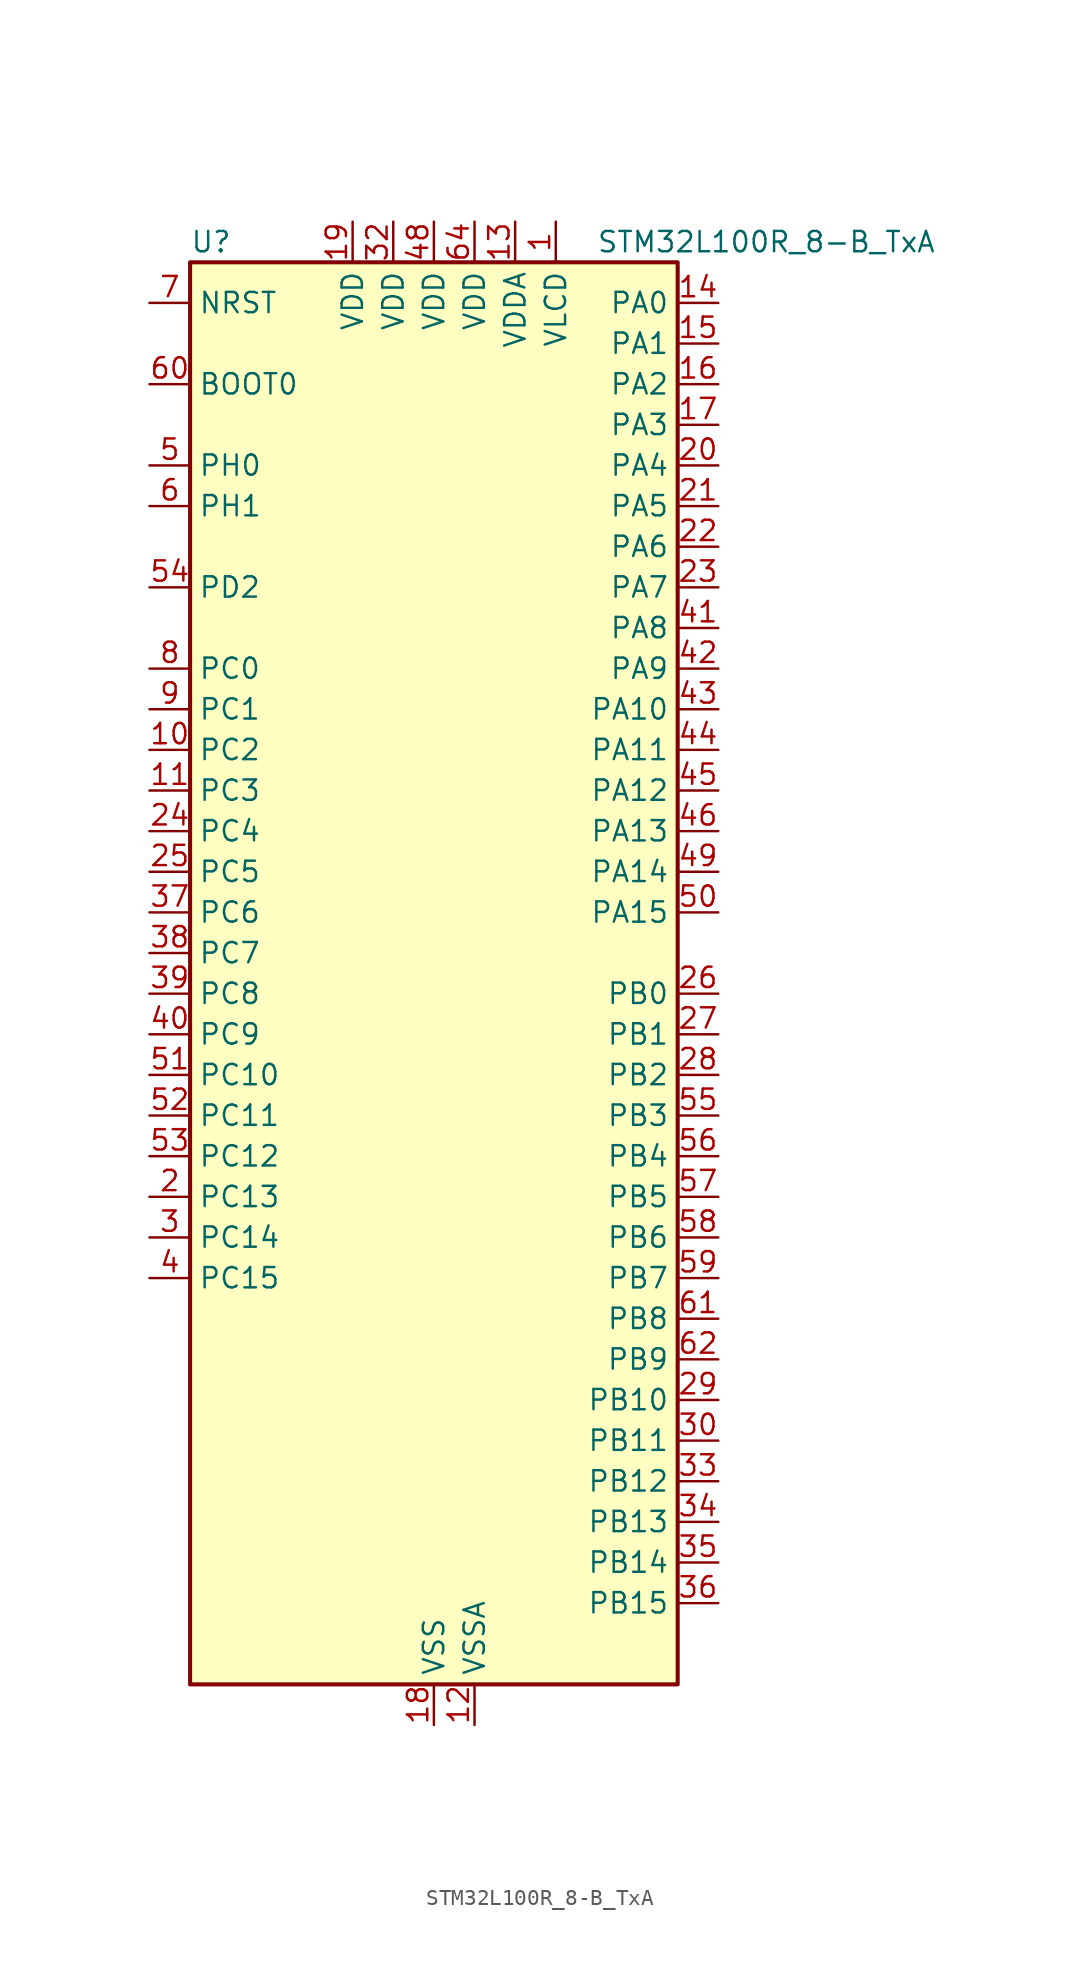
<source format=kicad_sym>
(kicad_symbol_lib
  (version 20231120)
  (generator "kicad_symbol_editor")
  (generator_version "8.0")
  (symbol "STM32L100R_8-B_TxA"
    (property "Reference" "U"
      (at -15.24 46.99 0)
      (effects (font (size 1.27 1.27)) (justify left)))
    (property "Value" "STM32L100R_8-B_TxA"
      (at 10.16 46.99 0)
      (effects (font (size 1.27 1.27)) (justify left)))
    (property "ki_locked" ""
      (at 0 0 0)
      (effects (font (size 1.27 1.27))))
    (symbol "STM32L100R_8-B_TxA_0_1"
      (rectangle (start -15.24 -43.18) (end 15.24 45.72) (stroke (width 0.254) (type default)) (fill (type background))))
    (symbol "STM32L100R_8-B_TxA_1_1"
      (pin power_in line (at 7.62 48.26 270) (length 2.54) (name "VLCD" (effects (font (size 1.27 1.27)))) (number "1" (effects (font (size 1.27 1.27)))))
      (pin bidirectional line (at -17.78 15.24 0) (length 2.54) (name "PC2" (effects (font (size 1.27 1.27)))) (number "10" (effects (font (size 1.27 1.27)))) (alternate "ADC_IN12" bidirectional line) (alternate "COMP1_INP" bidirectional line) (alternate "LCD_SEG20" bidirectional line) (alternate "TIMX_IC3" bidirectional line))
      (pin bidirectional line (at -17.78 12.7 0) (length 2.54) (name "PC3" (effects (font (size 1.27 1.27)))) (number "11" (effects (font (size 1.27 1.27)))) (alternate "ADC_IN13" bidirectional line) (alternate "COMP1_INP" bidirectional line) (alternate "LCD_SEG21" bidirectional line) (alternate "TIMX_IC4" bidirectional line))
      (pin power_in line (at 2.54 -45.72 90) (length 2.54) (name "VSSA" (effects (font (size 1.27 1.27)))) (number "12" (effects (font (size 1.27 1.27)))))
      (pin power_in line (at 5.08 48.26 270) (length 2.54) (name "VDDA" (effects (font (size 1.27 1.27)))) (number "13" (effects (font (size 1.27 1.27)))))
      (pin bidirectional line (at 17.78 43.18 180) (length 2.54) (name "PA0" (effects (font (size 1.27 1.27)))) (number "14" (effects (font (size 1.27 1.27)))) (alternate "ADC_IN0" bidirectional line) (alternate "COMP1_INP" bidirectional line) (alternate "RTC_TAMP2" bidirectional line) (alternate "SYS_WKUP1" bidirectional line) (alternate "TIM2_CH1" bidirectional line) (alternate "TIM2_ETR" bidirectional line) (alternate "TIMX_IC1" bidirectional line) (alternate "USART2_CTS" bidirectional line))
      (pin bidirectional line (at 17.78 40.64 180) (length 2.54) (name "PA1" (effects (font (size 1.27 1.27)))) (number "15" (effects (font (size 1.27 1.27)))) (alternate "ADC_IN1" bidirectional line) (alternate "COMP1_INP" bidirectional line) (alternate "LCD_SEG0" bidirectional line) (alternate "TIM2_CH2" bidirectional line) (alternate "TIMX_IC2" bidirectional line) (alternate "USART2_RTS" bidirectional line))
      (pin bidirectional line (at 17.78 38.1 180) (length 2.54) (name "PA2" (effects (font (size 1.27 1.27)))) (number "16" (effects (font (size 1.27 1.27)))) (alternate "ADC_IN2" bidirectional line) (alternate "COMP1_INP" bidirectional line) (alternate "LCD_SEG1" bidirectional line) (alternate "TIM2_CH3" bidirectional line) (alternate "TIM9_CH1" bidirectional line) (alternate "TIMX_IC3" bidirectional line) (alternate "USART2_TX" bidirectional line))
      (pin bidirectional line (at 17.78 35.56 180) (length 2.54) (name "PA3" (effects (font (size 1.27 1.27)))) (number "17" (effects (font (size 1.27 1.27)))) (alternate "ADC_IN3" bidirectional line) (alternate "COMP1_INP" bidirectional line) (alternate "LCD_SEG2" bidirectional line) (alternate "TIM2_CH4" bidirectional line) (alternate "TIM9_CH2" bidirectional line) (alternate "TIMX_IC4" bidirectional line) (alternate "USART2_RX" bidirectional line))
      (pin power_in line (at 0 -45.72 90) (length 2.54) (name "VSS" (effects (font (size 1.27 1.27)))) (number "18" (effects (font (size 1.27 1.27)))))
      (pin power_in line (at -5.08 48.26 270) (length 2.54) (name "VDD" (effects (font (size 1.27 1.27)))) (number "19" (effects (font (size 1.27 1.27)))))
      (pin bidirectional line (at -17.78 -12.7 0) (length 2.54) (name "PC13" (effects (font (size 1.27 1.27)))) (number "2" (effects (font (size 1.27 1.27)))) (alternate "RTC_OUT_ALARM" bidirectional line) (alternate "RTC_OUT_CALIB" bidirectional line) (alternate "RTC_TAMP1" bidirectional line) (alternate "RTC_TS" bidirectional line) (alternate "SYS_WKUP2" bidirectional line) (alternate "TIMX_IC2" bidirectional line))
      (pin bidirectional line (at 17.78 33.02 180) (length 2.54) (name "PA4" (effects (font (size 1.27 1.27)))) (number "20" (effects (font (size 1.27 1.27)))) (alternate "ADC_IN4" bidirectional line) (alternate "COMP1_INP" bidirectional line) (alternate "DAC_OUT1" bidirectional line) (alternate "SPI1_NSS" bidirectional line) (alternate "TIMX_IC1" bidirectional line) (alternate "USART2_CK" bidirectional line))
      (pin bidirectional line (at 17.78 30.48 180) (length 2.54) (name "PA5" (effects (font (size 1.27 1.27)))) (number "21" (effects (font (size 1.27 1.27)))) (alternate "ADC_IN5" bidirectional line) (alternate "COMP1_INP" bidirectional line) (alternate "DAC_OUT2" bidirectional line) (alternate "SPI1_SCK" bidirectional line) (alternate "TIM2_CH1" bidirectional line) (alternate "TIM2_ETR" bidirectional line) (alternate "TIMX_IC2" bidirectional line))
      (pin bidirectional line (at 17.78 27.94 180) (length 2.54) (name "PA6" (effects (font (size 1.27 1.27)))) (number "22" (effects (font (size 1.27 1.27)))) (alternate "ADC_IN6" bidirectional line) (alternate "COMP1_INP" bidirectional line) (alternate "LCD_SEG3" bidirectional line) (alternate "SPI1_MISO" bidirectional line) (alternate "TIM10_CH1" bidirectional line) (alternate "TIM3_CH1" bidirectional line) (alternate "TIMX_IC3" bidirectional line))
      (pin bidirectional line (at 17.78 25.4 180) (length 2.54) (name "PA7" (effects (font (size 1.27 1.27)))) (number "23" (effects (font (size 1.27 1.27)))) (alternate "ADC_IN7" bidirectional line) (alternate "COMP1_INP" bidirectional line) (alternate "LCD_SEG4" bidirectional line) (alternate "SPI1_MOSI" bidirectional line) (alternate "TIM11_CH1" bidirectional line) (alternate "TIM3_CH2" bidirectional line) (alternate "TIMX_IC4" bidirectional line))
      (pin bidirectional line (at -17.78 10.16 0) (length 2.54) (name "PC4" (effects (font (size 1.27 1.27)))) (number "24" (effects (font (size 1.27 1.27)))) (alternate "ADC_IN14" bidirectional line) (alternate "COMP1_INP" bidirectional line) (alternate "LCD_SEG22" bidirectional line) (alternate "TIMX_IC1" bidirectional line))
      (pin bidirectional line (at -17.78 7.62 0) (length 2.54) (name "PC5" (effects (font (size 1.27 1.27)))) (number "25" (effects (font (size 1.27 1.27)))) (alternate "ADC_IN15" bidirectional line) (alternate "COMP1_INP" bidirectional line) (alternate "LCD_SEG23" bidirectional line) (alternate "TIMX_IC2" bidirectional line))
      (pin bidirectional line (at 17.78 0 180) (length 2.54) (name "PB0" (effects (font (size 1.27 1.27)))) (number "26" (effects (font (size 1.27 1.27)))) (alternate "ADC_IN8" bidirectional line) (alternate "COMP1_INP" bidirectional line) (alternate "LCD_SEG5" bidirectional line) (alternate "SYS_V_REF_OUT" bidirectional line) (alternate "TIM3_CH3" bidirectional line))
      (pin bidirectional line (at 17.78 -2.54 180) (length 2.54) (name "PB1" (effects (font (size 1.27 1.27)))) (number "27" (effects (font (size 1.27 1.27)))) (alternate "ADC_IN9" bidirectional line) (alternate "COMP1_INP" bidirectional line) (alternate "LCD_SEG6" bidirectional line) (alternate "SYS_V_REF_OUT" bidirectional line) (alternate "TIM3_CH4" bidirectional line))
      (pin bidirectional line (at 17.78 -5.08 180) (length 2.54) (name "PB2" (effects (font (size 1.27 1.27)))) (number "28" (effects (font (size 1.27 1.27)))))
      (pin bidirectional line (at 17.78 -25.4 180) (length 2.54) (name "PB10" (effects (font (size 1.27 1.27)))) (number "29" (effects (font (size 1.27 1.27)))) (alternate "I2C2_SCL" bidirectional line) (alternate "LCD_SEG10" bidirectional line) (alternate "TIM2_CH3" bidirectional line) (alternate "USART3_TX" bidirectional line))
      (pin bidirectional line (at -17.78 -15.24 0) (length 2.54) (name "PC14" (effects (font (size 1.27 1.27)))) (number "3" (effects (font (size 1.27 1.27)))) (alternate "RCC_OSC32_IN" bidirectional line) (alternate "TIMX_IC3" bidirectional line))
      (pin bidirectional line (at 17.78 -27.94 180) (length 2.54) (name "PB11" (effects (font (size 1.27 1.27)))) (number "30" (effects (font (size 1.27 1.27)))) (alternate "ADC_EXTI11" bidirectional line) (alternate "I2C2_SDA" bidirectional line) (alternate "LCD_SEG11" bidirectional line) (alternate "TIM2_CH4" bidirectional line) (alternate "USART3_RX" bidirectional line))
      (pin passive line (at 0 -45.72 90) (length 2.54) hide (name "VSS" (effects (font (size 1.27 1.27)))) (number "31" (effects (font (size 1.27 1.27)))))
      (pin power_in line (at -2.54 48.26 270) (length 2.54) (name "VDD" (effects (font (size 1.27 1.27)))) (number "32" (effects (font (size 1.27 1.27)))))
      (pin bidirectional line (at 17.78 -30.48 180) (length 2.54) (name "PB12" (effects (font (size 1.27 1.27)))) (number "33" (effects (font (size 1.27 1.27)))) (alternate "ADC_IN18" bidirectional line) (alternate "COMP1_INP" bidirectional line) (alternate "I2C2_SMBA" bidirectional line) (alternate "LCD_SEG12" bidirectional line) (alternate "SPI2_NSS" bidirectional line) (alternate "TIM10_CH1" bidirectional line) (alternate "USART3_CK" bidirectional line))
      (pin bidirectional line (at 17.78 -33.02 180) (length 2.54) (name "PB13" (effects (font (size 1.27 1.27)))) (number "34" (effects (font (size 1.27 1.27)))) (alternate "ADC_IN19" bidirectional line) (alternate "COMP1_INP" bidirectional line) (alternate "LCD_SEG13" bidirectional line) (alternate "SPI2_SCK" bidirectional line) (alternate "TIM9_CH1" bidirectional line) (alternate "USART3_CTS" bidirectional line))
      (pin bidirectional line (at 17.78 -35.56 180) (length 2.54) (name "PB14" (effects (font (size 1.27 1.27)))) (number "35" (effects (font (size 1.27 1.27)))) (alternate "ADC_IN20" bidirectional line) (alternate "COMP1_INP" bidirectional line) (alternate "LCD_SEG14" bidirectional line) (alternate "SPI2_MISO" bidirectional line) (alternate "TIM9_CH2" bidirectional line) (alternate "USART3_RTS" bidirectional line))
      (pin bidirectional line (at 17.78 -38.1 180) (length 2.54) (name "PB15" (effects (font (size 1.27 1.27)))) (number "36" (effects (font (size 1.27 1.27)))) (alternate "ADC_EXTI15" bidirectional line) (alternate "ADC_IN21" bidirectional line) (alternate "COMP1_INP" bidirectional line) (alternate "LCD_SEG15" bidirectional line) (alternate "RTC_REFIN" bidirectional line) (alternate "SPI2_MOSI" bidirectional line) (alternate "TIM11_CH1" bidirectional line))
      (pin bidirectional line (at -17.78 5.08 0) (length 2.54) (name "PC6" (effects (font (size 1.27 1.27)))) (number "37" (effects (font (size 1.27 1.27)))) (alternate "LCD_SEG24" bidirectional line) (alternate "TIM3_CH1" bidirectional line) (alternate "TIMX_IC3" bidirectional line))
      (pin bidirectional line (at -17.78 2.54 0) (length 2.54) (name "PC7" (effects (font (size 1.27 1.27)))) (number "38" (effects (font (size 1.27 1.27)))) (alternate "LCD_SEG25" bidirectional line) (alternate "TIM3_CH2" bidirectional line) (alternate "TIMX_IC4" bidirectional line))
      (pin bidirectional line (at -17.78 0 0) (length 2.54) (name "PC8" (effects (font (size 1.27 1.27)))) (number "39" (effects (font (size 1.27 1.27)))) (alternate "LCD_SEG26" bidirectional line) (alternate "TIM3_CH3" bidirectional line) (alternate "TIMX_IC1" bidirectional line))
      (pin bidirectional line (at -17.78 -17.78 0) (length 2.54) (name "PC15" (effects (font (size 1.27 1.27)))) (number "4" (effects (font (size 1.27 1.27)))) (alternate "ADC_EXTI15" bidirectional line) (alternate "RCC_OSC32_OUT" bidirectional line) (alternate "TIMX_IC4" bidirectional line))
      (pin bidirectional line (at -17.78 -2.54 0) (length 2.54) (name "PC9" (effects (font (size 1.27 1.27)))) (number "40" (effects (font (size 1.27 1.27)))) (alternate "DAC_EXTI9" bidirectional line) (alternate "LCD_SEG27" bidirectional line) (alternate "TIM3_CH4" bidirectional line) (alternate "TIMX_IC2" bidirectional line))
      (pin bidirectional line (at 17.78 22.86 180) (length 2.54) (name "PA8" (effects (font (size 1.27 1.27)))) (number "41" (effects (font (size 1.27 1.27)))) (alternate "LCD_COM0" bidirectional line) (alternate "RCC_MCO" bidirectional line) (alternate "TIMX_IC1" bidirectional line) (alternate "USART1_CK" bidirectional line))
      (pin bidirectional line (at 17.78 20.32 180) (length 2.54) (name "PA9" (effects (font (size 1.27 1.27)))) (number "42" (effects (font (size 1.27 1.27)))) (alternate "DAC_EXTI9" bidirectional line) (alternate "LCD_COM1" bidirectional line) (alternate "TIMX_IC2" bidirectional line) (alternate "USART1_TX" bidirectional line))
      (pin bidirectional line (at 17.78 17.78 180) (length 2.54) (name "PA10" (effects (font (size 1.27 1.27)))) (number "43" (effects (font (size 1.27 1.27)))) (alternate "LCD_COM2" bidirectional line) (alternate "TIMX_IC3" bidirectional line) (alternate "USART1_RX" bidirectional line))
      (pin bidirectional line (at 17.78 15.24 180) (length 2.54) (name "PA11" (effects (font (size 1.27 1.27)))) (number "44" (effects (font (size 1.27 1.27)))) (alternate "ADC_EXTI11" bidirectional line) (alternate "SPI1_MISO" bidirectional line) (alternate "TIMX_IC4" bidirectional line) (alternate "USART1_CTS" bidirectional line) (alternate "USB_DM" bidirectional line))
      (pin bidirectional line (at 17.78 12.7 180) (length 2.54) (name "PA12" (effects (font (size 1.27 1.27)))) (number "45" (effects (font (size 1.27 1.27)))) (alternate "SPI1_MOSI" bidirectional line) (alternate "TIMX_IC1" bidirectional line) (alternate "USART1_RTS" bidirectional line) (alternate "USB_DP" bidirectional line))
      (pin bidirectional line (at 17.78 10.16 180) (length 2.54) (name "PA13" (effects (font (size 1.27 1.27)))) (number "46" (effects (font (size 1.27 1.27)))) (alternate "SYS_JTMS-SWDIO" bidirectional line) (alternate "TIMX_IC2" bidirectional line))
      (pin passive line (at 0 -45.72 90) (length 2.54) hide (name "VSS" (effects (font (size 1.27 1.27)))) (number "47" (effects (font (size 1.27 1.27)))))
      (pin power_in line (at 0 48.26 270) (length 2.54) (name "VDD" (effects (font (size 1.27 1.27)))) (number "48" (effects (font (size 1.27 1.27)))))
      (pin bidirectional line (at 17.78 7.62 180) (length 2.54) (name "PA14" (effects (font (size 1.27 1.27)))) (number "49" (effects (font (size 1.27 1.27)))) (alternate "SYS_JTCK-SWCLK" bidirectional line) (alternate "TIMX_IC3" bidirectional line))
      (pin bidirectional line (at -17.78 33.02 0) (length 2.54) (name "PH0" (effects (font (size 1.27 1.27)))) (number "5" (effects (font (size 1.27 1.27)))) (alternate "RCC_OSC_IN" bidirectional line))
      (pin bidirectional line (at 17.78 5.08 180) (length 2.54) (name "PA15" (effects (font (size 1.27 1.27)))) (number "50" (effects (font (size 1.27 1.27)))) (alternate "ADC_EXTI15" bidirectional line) (alternate "LCD_SEG17" bidirectional line) (alternate "SPI1_NSS" bidirectional line) (alternate "SYS_JTDI" bidirectional line) (alternate "TIM2_CH1" bidirectional line) (alternate "TIM2_ETR" bidirectional line) (alternate "TIMX_IC4" bidirectional line))
      (pin bidirectional line (at -17.78 -5.08 0) (length 2.54) (name "PC10" (effects (font (size 1.27 1.27)))) (number "51" (effects (font (size 1.27 1.27)))) (alternate "LCD_COM4" bidirectional line) (alternate "LCD_SEG28" bidirectional line) (alternate "TIMX_IC3" bidirectional line) (alternate "USART3_TX" bidirectional line))
      (pin bidirectional line (at -17.78 -7.62 0) (length 2.54) (name "PC11" (effects (font (size 1.27 1.27)))) (number "52" (effects (font (size 1.27 1.27)))) (alternate "ADC_EXTI11" bidirectional line) (alternate "LCD_COM5" bidirectional line) (alternate "LCD_SEG29" bidirectional line) (alternate "TIMX_IC4" bidirectional line) (alternate "USART3_RX" bidirectional line))
      (pin bidirectional line (at -17.78 -10.16 0) (length 2.54) (name "PC12" (effects (font (size 1.27 1.27)))) (number "53" (effects (font (size 1.27 1.27)))) (alternate "LCD_COM6" bidirectional line) (alternate "LCD_SEG30" bidirectional line) (alternate "TIMX_IC1" bidirectional line) (alternate "USART3_CK" bidirectional line))
      (pin bidirectional line (at -17.78 25.4 0) (length 2.54) (name "PD2" (effects (font (size 1.27 1.27)))) (number "54" (effects (font (size 1.27 1.27)))) (alternate "LCD_COM7" bidirectional line) (alternate "LCD_SEG31" bidirectional line) (alternate "TIM3_ETR" bidirectional line) (alternate "TIMX_IC3" bidirectional line))
      (pin bidirectional line (at 17.78 -7.62 180) (length 2.54) (name "PB3" (effects (font (size 1.27 1.27)))) (number "55" (effects (font (size 1.27 1.27)))) (alternate "COMP2_INM" bidirectional line) (alternate "LCD_SEG7" bidirectional line) (alternate "SPI1_SCK" bidirectional line) (alternate "SYS_JTDO-TRACESWO" bidirectional line) (alternate "TIM2_CH2" bidirectional line))
      (pin bidirectional line (at 17.78 -10.16 180) (length 2.54) (name "PB4" (effects (font (size 1.27 1.27)))) (number "56" (effects (font (size 1.27 1.27)))) (alternate "COMP2_INP" bidirectional line) (alternate "LCD_SEG8" bidirectional line) (alternate "SPI1_MISO" bidirectional line) (alternate "SYS_JTRST" bidirectional line) (alternate "TIM3_CH1" bidirectional line))
      (pin bidirectional line (at 17.78 -12.7 180) (length 2.54) (name "PB5" (effects (font (size 1.27 1.27)))) (number "57" (effects (font (size 1.27 1.27)))) (alternate "COMP2_INP" bidirectional line) (alternate "I2C1_SMBA" bidirectional line) (alternate "LCD_SEG9" bidirectional line) (alternate "SPI1_MOSI" bidirectional line) (alternate "TIM3_CH2" bidirectional line))
      (pin bidirectional line (at 17.78 -15.24 180) (length 2.54) (name "PB6" (effects (font (size 1.27 1.27)))) (number "58" (effects (font (size 1.27 1.27)))) (alternate "I2C1_SCL" bidirectional line) (alternate "TIM4_CH1" bidirectional line) (alternate "USART1_TX" bidirectional line))
      (pin bidirectional line (at 17.78 -17.78 180) (length 2.54) (name "PB7" (effects (font (size 1.27 1.27)))) (number "59" (effects (font (size 1.27 1.27)))) (alternate "I2C1_SDA" bidirectional line) (alternate "SYS_PVD_IN" bidirectional line) (alternate "TIM4_CH2" bidirectional line) (alternate "USART1_RX" bidirectional line))
      (pin bidirectional line (at -17.78 30.48 0) (length 2.54) (name "PH1" (effects (font (size 1.27 1.27)))) (number "6" (effects (font (size 1.27 1.27)))) (alternate "RCC_OSC_OUT" bidirectional line))
      (pin input line (at -17.78 38.1 0) (length 2.54) (name "BOOT0" (effects (font (size 1.27 1.27)))) (number "60" (effects (font (size 1.27 1.27)))))
      (pin bidirectional line (at 17.78 -20.32 180) (length 2.54) (name "PB8" (effects (font (size 1.27 1.27)))) (number "61" (effects (font (size 1.27 1.27)))) (alternate "I2C1_SCL" bidirectional line) (alternate "LCD_SEG16" bidirectional line) (alternate "TIM10_CH1" bidirectional line) (alternate "TIM4_CH3" bidirectional line))
      (pin bidirectional line (at 17.78 -22.86 180) (length 2.54) (name "PB9" (effects (font (size 1.27 1.27)))) (number "62" (effects (font (size 1.27 1.27)))) (alternate "DAC_EXTI9" bidirectional line) (alternate "I2C1_SDA" bidirectional line) (alternate "LCD_COM3" bidirectional line) (alternate "TIM11_CH1" bidirectional line) (alternate "TIM4_CH4" bidirectional line))
      (pin passive line (at 0 -45.72 90) (length 2.54) hide (name "VSS" (effects (font (size 1.27 1.27)))) (number "63" (effects (font (size 1.27 1.27)))))
      (pin power_in line (at 2.54 48.26 270) (length 2.54) (name "VDD" (effects (font (size 1.27 1.27)))) (number "64" (effects (font (size 1.27 1.27)))))
      (pin input line (at -17.78 43.18 0) (length 2.54) (name "NRST" (effects (font (size 1.27 1.27)))) (number "7" (effects (font (size 1.27 1.27)))))
      (pin bidirectional line (at -17.78 20.32 0) (length 2.54) (name "PC0" (effects (font (size 1.27 1.27)))) (number "8" (effects (font (size 1.27 1.27)))) (alternate "ADC_IN10" bidirectional line) (alternate "COMP1_INP" bidirectional line) (alternate "LCD_SEG18" bidirectional line) (alternate "TIMX_IC1" bidirectional line))
      (pin bidirectional line (at -17.78 17.78 0) (length 2.54) (name "PC1" (effects (font (size 1.27 1.27)))) (number "9" (effects (font (size 1.27 1.27)))) (alternate "ADC_IN11" bidirectional line) (alternate "COMP1_INP" bidirectional line) (alternate "LCD_SEG19" bidirectional line) (alternate "TIMX_IC2" bidirectional line)))))
</source>
